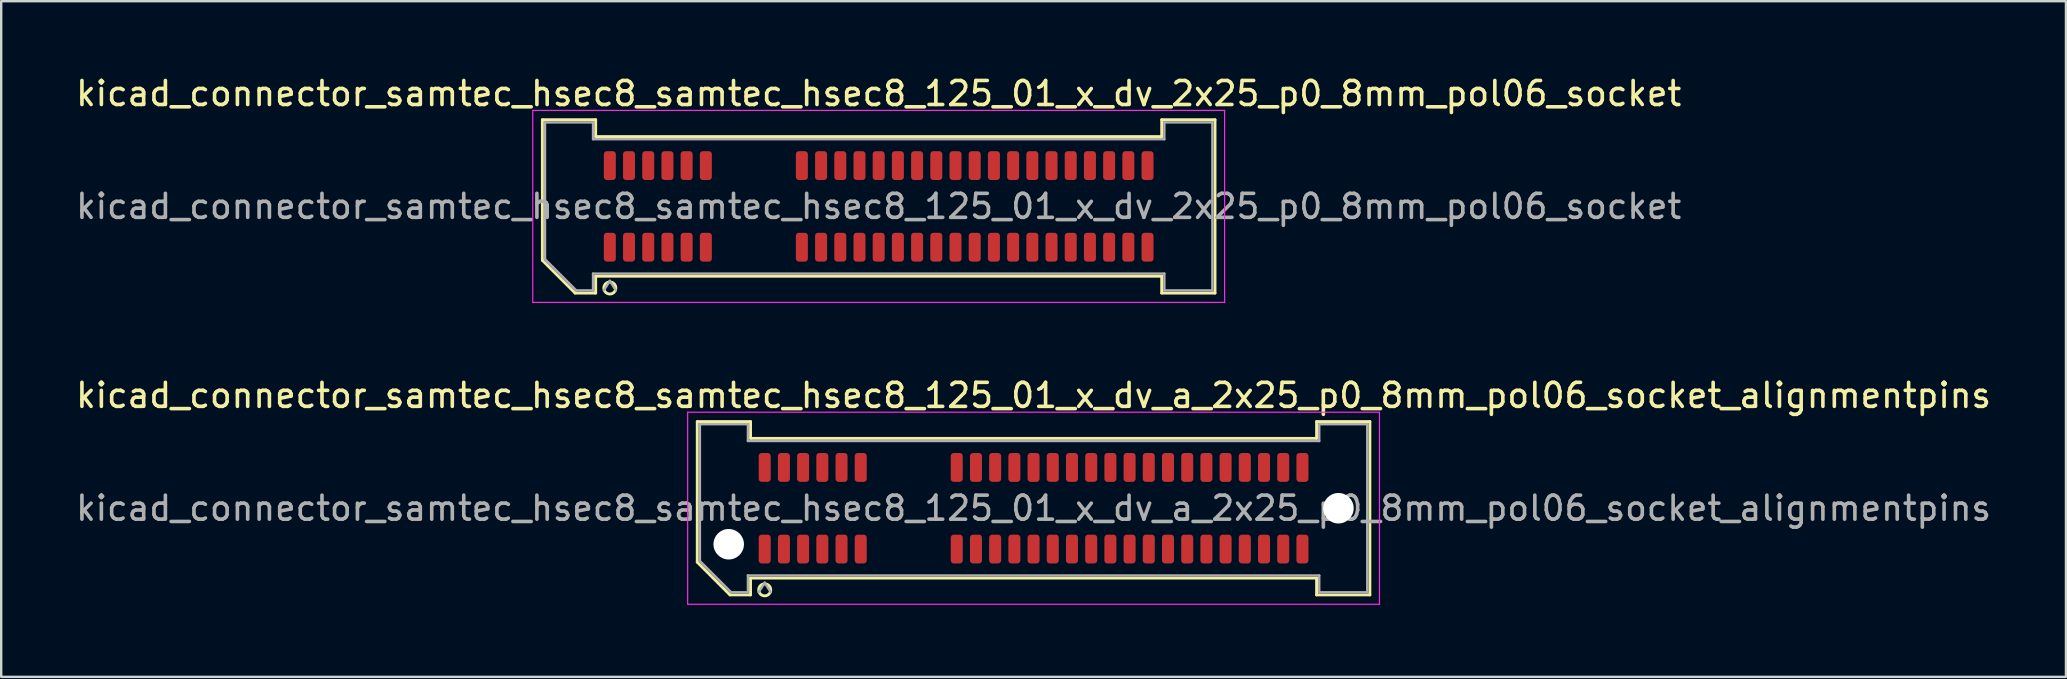
<source format=kicad_pcb>
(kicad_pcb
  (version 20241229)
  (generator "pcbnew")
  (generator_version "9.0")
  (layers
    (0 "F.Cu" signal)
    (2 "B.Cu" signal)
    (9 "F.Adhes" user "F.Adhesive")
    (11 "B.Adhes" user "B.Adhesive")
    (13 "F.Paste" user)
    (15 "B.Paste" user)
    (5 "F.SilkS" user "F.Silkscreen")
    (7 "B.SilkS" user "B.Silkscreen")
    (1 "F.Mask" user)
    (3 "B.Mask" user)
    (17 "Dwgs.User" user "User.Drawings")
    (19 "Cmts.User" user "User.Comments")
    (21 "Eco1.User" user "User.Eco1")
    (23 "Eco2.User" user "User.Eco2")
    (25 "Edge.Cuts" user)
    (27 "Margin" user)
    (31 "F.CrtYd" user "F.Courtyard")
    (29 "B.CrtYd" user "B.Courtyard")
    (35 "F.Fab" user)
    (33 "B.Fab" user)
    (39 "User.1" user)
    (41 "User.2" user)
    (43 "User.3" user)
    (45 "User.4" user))
  (footprint "kicad_connector_samtec_hsec8_samtec_hsec8_125_01_x_dv_2x25_p0_8mm_pol06_socket"
    (layer "F.Cu")
    (at 33.554 5.548)
    (property "Reference" "kicad_connector_samtec_hsec8_samtec_hsec8_125_01_x_dv_2x25_p0_8mm_pol06_socket" (at 0 -4.7 0) (layer "F.SilkS") (effects (font (size 1 1) (thickness 0.15))))
    (attr smd)
    (fp_line (start -14.01 -3.61) (end -11.79 -3.61) (stroke (width 0.12) (type solid)) (layer "F.SilkS"))
    (fp_line (start -14.01 2.246) (end -14.01 -3.61) (stroke (width 0.12) (type solid)) (layer "F.SilkS"))
    (fp_line (start -12.646 3.61) (end -14.01 2.246) (stroke (width 0.12) (type solid)) (layer "F.SilkS"))
    (fp_line (start -11.79 -3.61) (end -11.79 -2.91) (stroke (width 0.12) (type solid)) (layer "F.SilkS"))
    (fp_line (start -11.79 -2.91) (end 11.79 -2.91) (stroke (width 0.12) (type solid)) (layer "F.SilkS"))
    (fp_line (start -11.79 2.91) (end -11.79 3.61) (stroke (width 0.12) (type solid)) (layer "F.SilkS"))
    (fp_line (start -11.79 3.61) (end -12.646 3.61) (stroke (width 0.12) (type solid)) (layer "F.SilkS"))
    (fp_line (start 11.79 -3.61) (end 14.01 -3.61) (stroke (width 0.12) (type solid)) (layer "F.SilkS"))
    (fp_line (start 11.79 -2.91) (end 11.79 -3.61) (stroke (width 0.12) (type solid)) (layer "F.SilkS"))
    (fp_line (start 11.79 2.91) (end -11.79 2.91) (stroke (width 0.12) (type solid)) (layer "F.SilkS"))
    (fp_line (start 11.79 3.61) (end 11.79 2.91) (stroke (width 0.12) (type solid)) (layer "F.SilkS"))
    (fp_line (start 14.01 -3.61) (end 14.01 3.61) (stroke (width 0.12) (type solid)) (layer "F.SilkS"))
    (fp_line (start 14.01 3.61) (end 11.79 3.61) (stroke (width 0.12) (type solid)) (layer "F.SilkS"))
    (fp_arc (start -10.95 3.4) (mid -11.45 3.4) (end -10.95 3.4) (stroke (width 0.12) (type solid)) (layer "F.SilkS"))
    (fp_line (start -14.41 -4) (end -14.41 4) (stroke (width 0.05) (type solid)) (layer "F.CrtYd"))
    (fp_line (start -14.41 4) (end 14.41 4) (stroke (width 0.05) (type solid)) (layer "F.CrtYd"))
    (fp_line (start 14.41 -4) (end -14.41 -4) (stroke (width 0.05) (type solid)) (layer "F.CrtYd"))
    (fp_line (start 14.41 4) (end 14.41 -4) (stroke (width 0.05) (type solid)) (layer "F.CrtYd"))
    (fp_line (start -13.9 -3.5) (end -11.9 -3.5) (stroke (width 0.1) (type solid)) (layer "F.Fab"))
    (fp_line (start -13.9 2.2) (end -13.9 -3.5) (stroke (width 0.1) (type solid)) (layer "F.Fab"))
    (fp_line (start -12.6 3.5) (end -13.9 2.2) (stroke (width 0.1) (type solid)) (layer "F.Fab"))
    (fp_line (start -11.9 -3.5) (end -11.9 -2.8) (stroke (width 0.1) (type solid)) (layer "F.Fab"))
    (fp_line (start -11.9 -2.8) (end 11.9 -2.8) (stroke (width 0.1) (type solid)) (layer "F.Fab"))
    (fp_line (start -11.9 2.8) (end -11.9 3.5) (stroke (width 0.1) (type solid)) (layer "F.Fab"))
    (fp_line (start -11.9 3.5) (end -12.6 3.5) (stroke (width 0.1) (type solid)) (layer "F.Fab"))
    (fp_line (start -11.2 3.1) (end -11.45 3.5) (stroke (width 0.1) (type solid)) (layer "F.Fab"))
    (fp_line (start -11.2 3.1) (end -10.95 3.5) (stroke (width 0.1) (type solid)) (layer "F.Fab"))
    (fp_line (start 11.9 -3.5) (end 13.9 -3.5) (stroke (width 0.1) (type solid)) (layer "F.Fab"))
    (fp_line (start 11.9 -2.8) (end 11.9 -3.5) (stroke (width 0.1) (type solid)) (layer "F.Fab"))
    (fp_line (start 11.9 2.8) (end -11.9 2.8) (stroke (width 0.1) (type solid)) (layer "F.Fab"))
    (fp_line (start 11.9 3.5) (end 11.9 2.8) (stroke (width 0.1) (type solid)) (layer "F.Fab"))
    (fp_line (start 13.9 -3.5) (end 13.9 3.5) (stroke (width 0.1) (type solid)) (layer "F.Fab"))
    (fp_line (start 13.9 3.5) (end 11.9 3.5) (stroke (width 0.1) (type solid)) (layer "F.Fab"))
    (fp_text user "${REFERENCE}" (at 0 0 0) (layer "F.Fab") (effects (font (size 1 1) (thickness 0.15))))
    (pad "1" smd roundrect (at -11.2 1.7) (size 0.5 1.2) (layers "F.Cu" "F.Mask" "F.Paste") (roundrect_rratio 0.25))
    (pad "2" smd roundrect (at -11.2 -1.7) (size 0.5 1.2) (layers "F.Cu" "F.Mask" "F.Paste") (roundrect_rratio 0.25))
    (pad "3" smd roundrect (at -10.4 1.7) (size 0.5 1.2) (layers "F.Cu" "F.Mask" "F.Paste") (roundrect_rratio 0.25))
    (pad "4" smd roundrect (at -10.4 -1.7) (size 0.5 1.2) (layers "F.Cu" "F.Mask" "F.Paste") (roundrect_rratio 0.25))
    (pad "5" smd roundrect (at -9.6 1.7) (size 0.5 1.2) (layers "F.Cu" "F.Mask" "F.Paste") (roundrect_rratio 0.25))
    (pad "6" smd roundrect (at -9.6 -1.7) (size 0.5 1.2) (layers "F.Cu" "F.Mask" "F.Paste") (roundrect_rratio 0.25))
    (pad "7" smd roundrect (at -8.8 1.7) (size 0.5 1.2) (layers "F.Cu" "F.Mask" "F.Paste") (roundrect_rratio 0.25))
    (pad "8" smd roundrect (at -8.8 -1.7) (size 0.5 1.2) (layers "F.Cu" "F.Mask" "F.Paste") (roundrect_rratio 0.25))
    (pad "9" smd roundrect (at -8 1.7) (size 0.5 1.2) (layers "F.Cu" "F.Mask" "F.Paste") (roundrect_rratio 0.25))
    (pad "10" smd roundrect (at -8 -1.7) (size 0.5 1.2) (layers "F.Cu" "F.Mask" "F.Paste") (roundrect_rratio 0.25))
    (pad "11" smd roundrect (at -7.2 1.7) (size 0.5 1.2) (layers "F.Cu" "F.Mask" "F.Paste") (roundrect_rratio 0.25))
    (pad "12" smd roundrect (at -7.2 -1.7) (size 0.5 1.2) (layers "F.Cu" "F.Mask" "F.Paste") (roundrect_rratio 0.25))
    (pad "13" smd roundrect (at -3.2 1.7) (size 0.5 1.2) (layers "F.Cu" "F.Mask" "F.Paste") (roundrect_rratio 0.25))
    (pad "14" smd roundrect (at -3.2 -1.7) (size 0.5 1.2) (layers "F.Cu" "F.Mask" "F.Paste") (roundrect_rratio 0.25))
    (pad "15" smd roundrect (at -2.4 1.7) (size 0.5 1.2) (layers "F.Cu" "F.Mask" "F.Paste") (roundrect_rratio 0.25))
    (pad "16" smd roundrect (at -2.4 -1.7) (size 0.5 1.2) (layers "F.Cu" "F.Mask" "F.Paste") (roundrect_rratio 0.25))
    (pad "17" smd roundrect (at -1.6 1.7) (size 0.5 1.2) (layers "F.Cu" "F.Mask" "F.Paste") (roundrect_rratio 0.25))
    (pad "18" smd roundrect (at -1.6 -1.7) (size 0.5 1.2) (layers "F.Cu" "F.Mask" "F.Paste") (roundrect_rratio 0.25))
    (pad "19" smd roundrect (at -0.8 1.7) (size 0.5 1.2) (layers "F.Cu" "F.Mask" "F.Paste") (roundrect_rratio 0.25))
    (pad "20" smd roundrect (at -0.8 -1.7) (size 0.5 1.2) (layers "F.Cu" "F.Mask" "F.Paste") (roundrect_rratio 0.25))
    (pad "21" smd roundrect (at 0 1.7) (size 0.5 1.2) (layers "F.Cu" "F.Mask" "F.Paste") (roundrect_rratio 0.25))
    (pad "22" smd roundrect (at 0 -1.7) (size 0.5 1.2) (layers "F.Cu" "F.Mask" "F.Paste") (roundrect_rratio 0.25))
    (pad "23" smd roundrect (at 0.8 1.7) (size 0.5 1.2) (layers "F.Cu" "F.Mask" "F.Paste") (roundrect_rratio 0.25))
    (pad "24" smd roundrect (at 0.8 -1.7) (size 0.5 1.2) (layers "F.Cu" "F.Mask" "F.Paste") (roundrect_rratio 0.25))
    (pad "25" smd roundrect (at 1.6 1.7) (size 0.5 1.2) (layers "F.Cu" "F.Mask" "F.Paste") (roundrect_rratio 0.25))
    (pad "26" smd roundrect (at 1.6 -1.7) (size 0.5 1.2) (layers "F.Cu" "F.Mask" "F.Paste") (roundrect_rratio 0.25))
    (pad "27" smd roundrect (at 2.4 1.7) (size 0.5 1.2) (layers "F.Cu" "F.Mask" "F.Paste") (roundrect_rratio 0.25))
    (pad "28" smd roundrect (at 2.4 -1.7) (size 0.5 1.2) (layers "F.Cu" "F.Mask" "F.Paste") (roundrect_rratio 0.25))
    (pad "29" smd roundrect (at 3.2 1.7) (size 0.5 1.2) (layers "F.Cu" "F.Mask" "F.Paste") (roundrect_rratio 0.25))
    (pad "30" smd roundrect (at 3.2 -1.7) (size 0.5 1.2) (layers "F.Cu" "F.Mask" "F.Paste") (roundrect_rratio 0.25))
    (pad "31" smd roundrect (at 4 1.7) (size 0.5 1.2) (layers "F.Cu" "F.Mask" "F.Paste") (roundrect_rratio 0.25))
    (pad "32" smd roundrect (at 4 -1.7) (size 0.5 1.2) (layers "F.Cu" "F.Mask" "F.Paste") (roundrect_rratio 0.25))
    (pad "33" smd roundrect (at 4.8 1.7) (size 0.5 1.2) (layers "F.Cu" "F.Mask" "F.Paste") (roundrect_rratio 0.25))
    (pad "34" smd roundrect (at 4.8 -1.7) (size 0.5 1.2) (layers "F.Cu" "F.Mask" "F.Paste") (roundrect_rratio 0.25))
    (pad "35" smd roundrect (at 5.6 1.7) (size 0.5 1.2) (layers "F.Cu" "F.Mask" "F.Paste") (roundrect_rratio 0.25))
    (pad "36" smd roundrect (at 5.6 -1.7) (size 0.5 1.2) (layers "F.Cu" "F.Mask" "F.Paste") (roundrect_rratio 0.25))
    (pad "37" smd roundrect (at 6.4 1.7) (size 0.5 1.2) (layers "F.Cu" "F.Mask" "F.Paste") (roundrect_rratio 0.25))
    (pad "38" smd roundrect (at 6.4 -1.7) (size 0.5 1.2) (layers "F.Cu" "F.Mask" "F.Paste") (roundrect_rratio 0.25))
    (pad "39" smd roundrect (at 7.2 1.7) (size 0.5 1.2) (layers "F.Cu" "F.Mask" "F.Paste") (roundrect_rratio 0.25))
    (pad "40" smd roundrect (at 7.2 -1.7) (size 0.5 1.2) (layers "F.Cu" "F.Mask" "F.Paste") (roundrect_rratio 0.25))
    (pad "41" smd roundrect (at 8 1.7) (size 0.5 1.2) (layers "F.Cu" "F.Mask" "F.Paste") (roundrect_rratio 0.25))
    (pad "42" smd roundrect (at 8 -1.7) (size 0.5 1.2) (layers "F.Cu" "F.Mask" "F.Paste") (roundrect_rratio 0.25))
    (pad "43" smd roundrect (at 8.8 1.7) (size 0.5 1.2) (layers "F.Cu" "F.Mask" "F.Paste") (roundrect_rratio 0.25))
    (pad "44" smd roundrect (at 8.8 -1.7) (size 0.5 1.2) (layers "F.Cu" "F.Mask" "F.Paste") (roundrect_rratio 0.25))
    (pad "45" smd roundrect (at 9.6 1.7) (size 0.5 1.2) (layers "F.Cu" "F.Mask" "F.Paste") (roundrect_rratio 0.25))
    (pad "46" smd roundrect (at 9.6 -1.7) (size 0.5 1.2) (layers "F.Cu" "F.Mask" "F.Paste") (roundrect_rratio 0.25))
    (pad "47" smd roundrect (at 10.4 1.7) (size 0.5 1.2) (layers "F.Cu" "F.Mask" "F.Paste") (roundrect_rratio 0.25))
    (pad "48" smd roundrect (at 10.4 -1.7) (size 0.5 1.2) (layers "F.Cu" "F.Mask" "F.Paste") (roundrect_rratio 0.25))
    (pad "49" smd roundrect (at 11.2 1.7) (size 0.5 1.2) (layers "F.Cu" "F.Mask" "F.Paste") (roundrect_rratio 0.25))
    (pad "50" smd roundrect (at 11.2 -1.7) (size 0.5 1.2) (layers "F.Cu" "F.Mask" "F.Paste") (roundrect_rratio 0.25)))
  (footprint "kicad_connector_samtec_hsec8_samtec_hsec8_125_01_x_dv_a_2x25_p0_8mm_pol06_socket_alignmentpins"
    (layer "F.Cu")
    (at 40.006 18.122)
    (property "Reference" "kicad_connector_samtec_hsec8_samtec_hsec8_125_01_x_dv_a_2x25_p0_8mm_pol06_socket_alignmentpins" (at 0 -4.7 0) (layer "F.SilkS") (effects (font (size 1 1) (thickness 0.15))))
    (attr smd)
    (fp_line (start -14.01 -3.61) (end -11.79 -3.61) (stroke (width 0.12) (type solid)) (layer "F.SilkS"))
    (fp_line (start -14.01 2.246) (end -14.01 -3.61) (stroke (width 0.12) (type solid)) (layer "F.SilkS"))
    (fp_line (start -12.646 3.61) (end -14.01 2.246) (stroke (width 0.12) (type solid)) (layer "F.SilkS"))
    (fp_line (start -11.79 -3.61) (end -11.79 -2.91) (stroke (width 0.12) (type solid)) (layer "F.SilkS"))
    (fp_line (start -11.79 -2.91) (end 11.79 -2.91) (stroke (width 0.12) (type solid)) (layer "F.SilkS"))
    (fp_line (start -11.79 2.91) (end -11.79 3.61) (stroke (width 0.12) (type solid)) (layer "F.SilkS"))
    (fp_line (start -11.79 3.61) (end -12.646 3.61) (stroke (width 0.12) (type solid)) (layer "F.SilkS"))
    (fp_line (start 11.79 -3.61) (end 14.01 -3.61) (stroke (width 0.12) (type solid)) (layer "F.SilkS"))
    (fp_line (start 11.79 -2.91) (end 11.79 -3.61) (stroke (width 0.12) (type solid)) (layer "F.SilkS"))
    (fp_line (start 11.79 2.91) (end -11.79 2.91) (stroke (width 0.12) (type solid)) (layer "F.SilkS"))
    (fp_line (start 11.79 3.61) (end 11.79 2.91) (stroke (width 0.12) (type solid)) (layer "F.SilkS"))
    (fp_line (start 14.01 -3.61) (end 14.01 3.61) (stroke (width 0.12) (type solid)) (layer "F.SilkS"))
    (fp_line (start 14.01 3.61) (end 11.79 3.61) (stroke (width 0.12) (type solid)) (layer "F.SilkS"))
    (fp_arc (start -10.95 3.4) (mid -11.45 3.4) (end -10.95 3.4) (stroke (width 0.12) (type solid)) (layer "F.SilkS"))
    (fp_line (start -14.41 -4) (end -14.41 4) (stroke (width 0.05) (type solid)) (layer "F.CrtYd"))
    (fp_line (start -14.41 4) (end 14.41 4) (stroke (width 0.05) (type solid)) (layer "F.CrtYd"))
    (fp_line (start 14.41 -4) (end -14.41 -4) (stroke (width 0.05) (type solid)) (layer "F.CrtYd"))
    (fp_line (start 14.41 4) (end 14.41 -4) (stroke (width 0.05) (type solid)) (layer "F.CrtYd"))
    (fp_line (start -13.9 -3.5) (end -11.9 -3.5) (stroke (width 0.1) (type solid)) (layer "F.Fab"))
    (fp_line (start -13.9 2.2) (end -13.9 -3.5) (stroke (width 0.1) (type solid)) (layer "F.Fab"))
    (fp_line (start -12.6 3.5) (end -13.9 2.2) (stroke (width 0.1) (type solid)) (layer "F.Fab"))
    (fp_line (start -11.9 -3.5) (end -11.9 -2.8) (stroke (width 0.1) (type solid)) (layer "F.Fab"))
    (fp_line (start -11.9 -2.8) (end 11.9 -2.8) (stroke (width 0.1) (type solid)) (layer "F.Fab"))
    (fp_line (start -11.9 2.8) (end -11.9 3.5) (stroke (width 0.1) (type solid)) (layer "F.Fab"))
    (fp_line (start -11.9 3.5) (end -12.6 3.5) (stroke (width 0.1) (type solid)) (layer "F.Fab"))
    (fp_line (start -11.2 3.1) (end -11.45 3.5) (stroke (width 0.1) (type solid)) (layer "F.Fab"))
    (fp_line (start -11.2 3.1) (end -10.95 3.5) (stroke (width 0.1) (type solid)) (layer "F.Fab"))
    (fp_line (start 11.9 -3.5) (end 13.9 -3.5) (stroke (width 0.1) (type solid)) (layer "F.Fab"))
    (fp_line (start 11.9 -2.8) (end 11.9 -3.5) (stroke (width 0.1) (type solid)) (layer "F.Fab"))
    (fp_line (start 11.9 2.8) (end -11.9 2.8) (stroke (width 0.1) (type solid)) (layer "F.Fab"))
    (fp_line (start 11.9 3.5) (end 11.9 2.8) (stroke (width 0.1) (type solid)) (layer "F.Fab"))
    (fp_line (start 13.9 -3.5) (end 13.9 3.5) (stroke (width 0.1) (type solid)) (layer "F.Fab"))
    (fp_line (start 13.9 3.5) (end 11.9 3.5) (stroke (width 0.1) (type solid)) (layer "F.Fab"))
    (fp_text user "${REFERENCE}" (at 0 0 0) (layer "F.Fab") (effects (font (size 1 1) (thickness 0.15))))
    (pad "" np_thru_hole circle (at -12.7 1.5) (size 1.27 1.27) (drill 1.27) (layers "*.Cu" "*.Mask"))
    (pad "" np_thru_hole circle (at 12.7 0) (size 1.27 1.27) (drill 1.27) (layers "*.Cu" "*.Mask"))
    (pad "1" smd roundrect (at -11.2 1.7) (size 0.5 1.2) (layers "F.Cu" "F.Mask" "F.Paste") (roundrect_rratio 0.25))
    (pad "2" smd roundrect (at -11.2 -1.7) (size 0.5 1.2) (layers "F.Cu" "F.Mask" "F.Paste") (roundrect_rratio 0.25))
    (pad "3" smd roundrect (at -10.4 1.7) (size 0.5 1.2) (layers "F.Cu" "F.Mask" "F.Paste") (roundrect_rratio 0.25))
    (pad "4" smd roundrect (at -10.4 -1.7) (size 0.5 1.2) (layers "F.Cu" "F.Mask" "F.Paste") (roundrect_rratio 0.25))
    (pad "5" smd roundrect (at -9.6 1.7) (size 0.5 1.2) (layers "F.Cu" "F.Mask" "F.Paste") (roundrect_rratio 0.25))
    (pad "6" smd roundrect (at -9.6 -1.7) (size 0.5 1.2) (layers "F.Cu" "F.Mask" "F.Paste") (roundrect_rratio 0.25))
    (pad "7" smd roundrect (at -8.8 1.7) (size 0.5 1.2) (layers "F.Cu" "F.Mask" "F.Paste") (roundrect_rratio 0.25))
    (pad "8" smd roundrect (at -8.8 -1.7) (size 0.5 1.2) (layers "F.Cu" "F.Mask" "F.Paste") (roundrect_rratio 0.25))
    (pad "9" smd roundrect (at -8 1.7) (size 0.5 1.2) (layers "F.Cu" "F.Mask" "F.Paste") (roundrect_rratio 0.25))
    (pad "10" smd roundrect (at -8 -1.7) (size 0.5 1.2) (layers "F.Cu" "F.Mask" "F.Paste") (roundrect_rratio 0.25))
    (pad "11" smd roundrect (at -7.2 1.7) (size 0.5 1.2) (layers "F.Cu" "F.Mask" "F.Paste") (roundrect_rratio 0.25))
    (pad "12" smd roundrect (at -7.2 -1.7) (size 0.5 1.2) (layers "F.Cu" "F.Mask" "F.Paste") (roundrect_rratio 0.25))
    (pad "13" smd roundrect (at -3.2 1.7) (size 0.5 1.2) (layers "F.Cu" "F.Mask" "F.Paste") (roundrect_rratio 0.25))
    (pad "14" smd roundrect (at -3.2 -1.7) (size 0.5 1.2) (layers "F.Cu" "F.Mask" "F.Paste") (roundrect_rratio 0.25))
    (pad "15" smd roundrect (at -2.4 1.7) (size 0.5 1.2) (layers "F.Cu" "F.Mask" "F.Paste") (roundrect_rratio 0.25))
    (pad "16" smd roundrect (at -2.4 -1.7) (size 0.5 1.2) (layers "F.Cu" "F.Mask" "F.Paste") (roundrect_rratio 0.25))
    (pad "17" smd roundrect (at -1.6 1.7) (size 0.5 1.2) (layers "F.Cu" "F.Mask" "F.Paste") (roundrect_rratio 0.25))
    (pad "18" smd roundrect (at -1.6 -1.7) (size 0.5 1.2) (layers "F.Cu" "F.Mask" "F.Paste") (roundrect_rratio 0.25))
    (pad "19" smd roundrect (at -0.8 1.7) (size 0.5 1.2) (layers "F.Cu" "F.Mask" "F.Paste") (roundrect_rratio 0.25))
    (pad "20" smd roundrect (at -0.8 -1.7) (size 0.5 1.2) (layers "F.Cu" "F.Mask" "F.Paste") (roundrect_rratio 0.25))
    (pad "21" smd roundrect (at 0 1.7) (size 0.5 1.2) (layers "F.Cu" "F.Mask" "F.Paste") (roundrect_rratio 0.25))
    (pad "22" smd roundrect (at 0 -1.7) (size 0.5 1.2) (layers "F.Cu" "F.Mask" "F.Paste") (roundrect_rratio 0.25))
    (pad "23" smd roundrect (at 0.8 1.7) (size 0.5 1.2) (layers "F.Cu" "F.Mask" "F.Paste") (roundrect_rratio 0.25))
    (pad "24" smd roundrect (at 0.8 -1.7) (size 0.5 1.2) (layers "F.Cu" "F.Mask" "F.Paste") (roundrect_rratio 0.25))
    (pad "25" smd roundrect (at 1.6 1.7) (size 0.5 1.2) (layers "F.Cu" "F.Mask" "F.Paste") (roundrect_rratio 0.25))
    (pad "26" smd roundrect (at 1.6 -1.7) (size 0.5 1.2) (layers "F.Cu" "F.Mask" "F.Paste") (roundrect_rratio 0.25))
    (pad "27" smd roundrect (at 2.4 1.7) (size 0.5 1.2) (layers "F.Cu" "F.Mask" "F.Paste") (roundrect_rratio 0.25))
    (pad "28" smd roundrect (at 2.4 -1.7) (size 0.5 1.2) (layers "F.Cu" "F.Mask" "F.Paste") (roundrect_rratio 0.25))
    (pad "29" smd roundrect (at 3.2 1.7) (size 0.5 1.2) (layers "F.Cu" "F.Mask" "F.Paste") (roundrect_rratio 0.25))
    (pad "30" smd roundrect (at 3.2 -1.7) (size 0.5 1.2) (layers "F.Cu" "F.Mask" "F.Paste") (roundrect_rratio 0.25))
    (pad "31" smd roundrect (at 4 1.7) (size 0.5 1.2) (layers "F.Cu" "F.Mask" "F.Paste") (roundrect_rratio 0.25))
    (pad "32" smd roundrect (at 4 -1.7) (size 0.5 1.2) (layers "F.Cu" "F.Mask" "F.Paste") (roundrect_rratio 0.25))
    (pad "33" smd roundrect (at 4.8 1.7) (size 0.5 1.2) (layers "F.Cu" "F.Mask" "F.Paste") (roundrect_rratio 0.25))
    (pad "34" smd roundrect (at 4.8 -1.7) (size 0.5 1.2) (layers "F.Cu" "F.Mask" "F.Paste") (roundrect_rratio 0.25))
    (pad "35" smd roundrect (at 5.6 1.7) (size 0.5 1.2) (layers "F.Cu" "F.Mask" "F.Paste") (roundrect_rratio 0.25))
    (pad "36" smd roundrect (at 5.6 -1.7) (size 0.5 1.2) (layers "F.Cu" "F.Mask" "F.Paste") (roundrect_rratio 0.25))
    (pad "37" smd roundrect (at 6.4 1.7) (size 0.5 1.2) (layers "F.Cu" "F.Mask" "F.Paste") (roundrect_rratio 0.25))
    (pad "38" smd roundrect (at 6.4 -1.7) (size 0.5 1.2) (layers "F.Cu" "F.Mask" "F.Paste") (roundrect_rratio 0.25))
    (pad "39" smd roundrect (at 7.2 1.7) (size 0.5 1.2) (layers "F.Cu" "F.Mask" "F.Paste") (roundrect_rratio 0.25))
    (pad "40" smd roundrect (at 7.2 -1.7) (size 0.5 1.2) (layers "F.Cu" "F.Mask" "F.Paste") (roundrect_rratio 0.25))
    (pad "41" smd roundrect (at 8 1.7) (size 0.5 1.2) (layers "F.Cu" "F.Mask" "F.Paste") (roundrect_rratio 0.25))
    (pad "42" smd roundrect (at 8 -1.7) (size 0.5 1.2) (layers "F.Cu" "F.Mask" "F.Paste") (roundrect_rratio 0.25))
    (pad "43" smd roundrect (at 8.8 1.7) (size 0.5 1.2) (layers "F.Cu" "F.Mask" "F.Paste") (roundrect_rratio 0.25))
    (pad "44" smd roundrect (at 8.8 -1.7) (size 0.5 1.2) (layers "F.Cu" "F.Mask" "F.Paste") (roundrect_rratio 0.25))
    (pad "45" smd roundrect (at 9.6 1.7) (size 0.5 1.2) (layers "F.Cu" "F.Mask" "F.Paste") (roundrect_rratio 0.25))
    (pad "46" smd roundrect (at 9.6 -1.7) (size 0.5 1.2) (layers "F.Cu" "F.Mask" "F.Paste") (roundrect_rratio 0.25))
    (pad "47" smd roundrect (at 10.4 1.7) (size 0.5 1.2) (layers "F.Cu" "F.Mask" "F.Paste") (roundrect_rratio 0.25))
    (pad "48" smd roundrect (at 10.4 -1.7) (size 0.5 1.2) (layers "F.Cu" "F.Mask" "F.Paste") (roundrect_rratio 0.25))
    (pad "49" smd roundrect (at 11.2 1.7) (size 0.5 1.2) (layers "F.Cu" "F.Mask" "F.Paste") (roundrect_rratio 0.25))
    (pad "50" smd roundrect (at 11.2 -1.7) (size 0.5 1.2) (layers "F.Cu" "F.Mask" "F.Paste") (roundrect_rratio 0.25)))
  (gr_rect
    (start -3 -3)
    (end 83.012 25.146)
    (stroke (width 0.1) (type default))
    (fill no)
    (layer "Edge.Cuts")))
</source>
